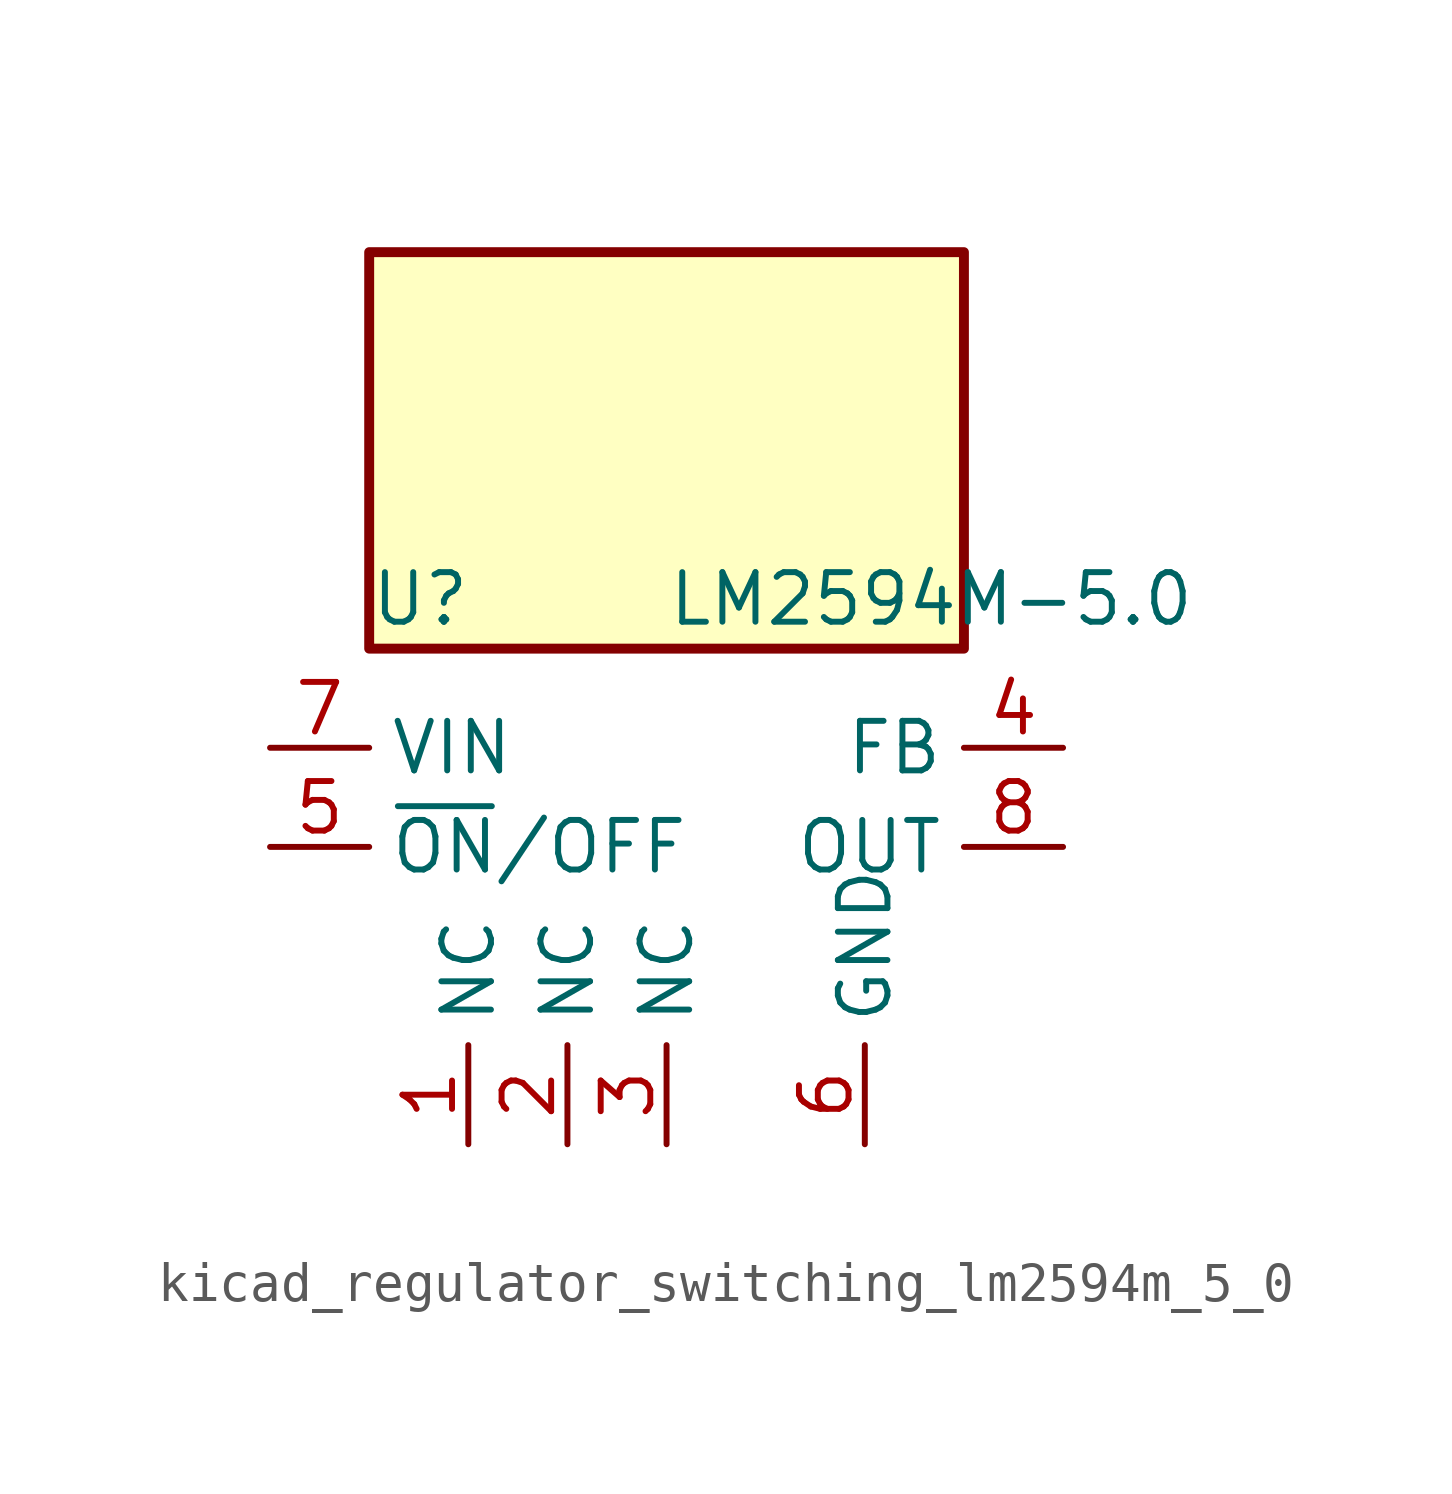
<source format=kicad_sym>
(kicad_symbol_lib
  (version 20220914)
  (generator kicad_symbol_editor)
  (symbol "kicad_regulator_switching_lm2594m_5_0"
    (property "Reference" "U"
      (at -7.62 6.35 0)
      (effects (font (size 1.27 1.27)) (justify left)))
    (property "Value" "LM2594M-5.0"
      (at 0 6.35 0)
      (effects (font (size 1.27 1.27)) (justify left)))
    (symbol "kicad_regulator_switching_lm2594m_5_0_0_1"
      (rectangle (start 7.62 15.24) (end -7.62 5.08) (stroke (width 0.254) (type default)) (fill (type background))))
    (symbol "kicad_regulator_switching_lm2594m_5_0_1_1"
      (pin passive line (at -5.08 -7.62 90) (length 2.54) (name "NC" (effects (font (size 1.27 1.27)))) (number "1" (effects (font (size 1.27 1.27)))))
      (pin passive line (at -2.54 -7.62 90) (length 2.54) (name "NC" (effects (font (size 1.27 1.27)))) (number "2" (effects (font (size 1.27 1.27)))))
      (pin passive line (at 0 -7.62 90) (length 2.54) (name "NC" (effects (font (size 1.27 1.27)))) (number "3" (effects (font (size 1.27 1.27)))))
      (pin input line (at 10.16 2.54 180) (length 2.54) (name "FB" (effects (font (size 1.27 1.27)))) (number "4" (effects (font (size 1.27 1.27)))))
      (pin input line (at -10.16 0 0) (length 2.54) (name "~{ON}/OFF" (effects (font (size 1.27 1.27)))) (number "5" (effects (font (size 1.27 1.27)))))
      (pin power_in line (at 5.08 -7.62 90) (length 2.54) (name "GND" (effects (font (size 1.27 1.27)))) (number "6" (effects (font (size 1.27 1.27)))))
      (pin power_in line (at -10.16 2.54 0) (length 2.54) (name "VIN" (effects (font (size 1.27 1.27)))) (number "7" (effects (font (size 1.27 1.27)))))
      (pin output line (at 10.16 0 180) (length 2.54) (name "OUT" (effects (font (size 1.27 1.27)))) (number "8" (effects (font (size 1.27 1.27))))))))
</source>
